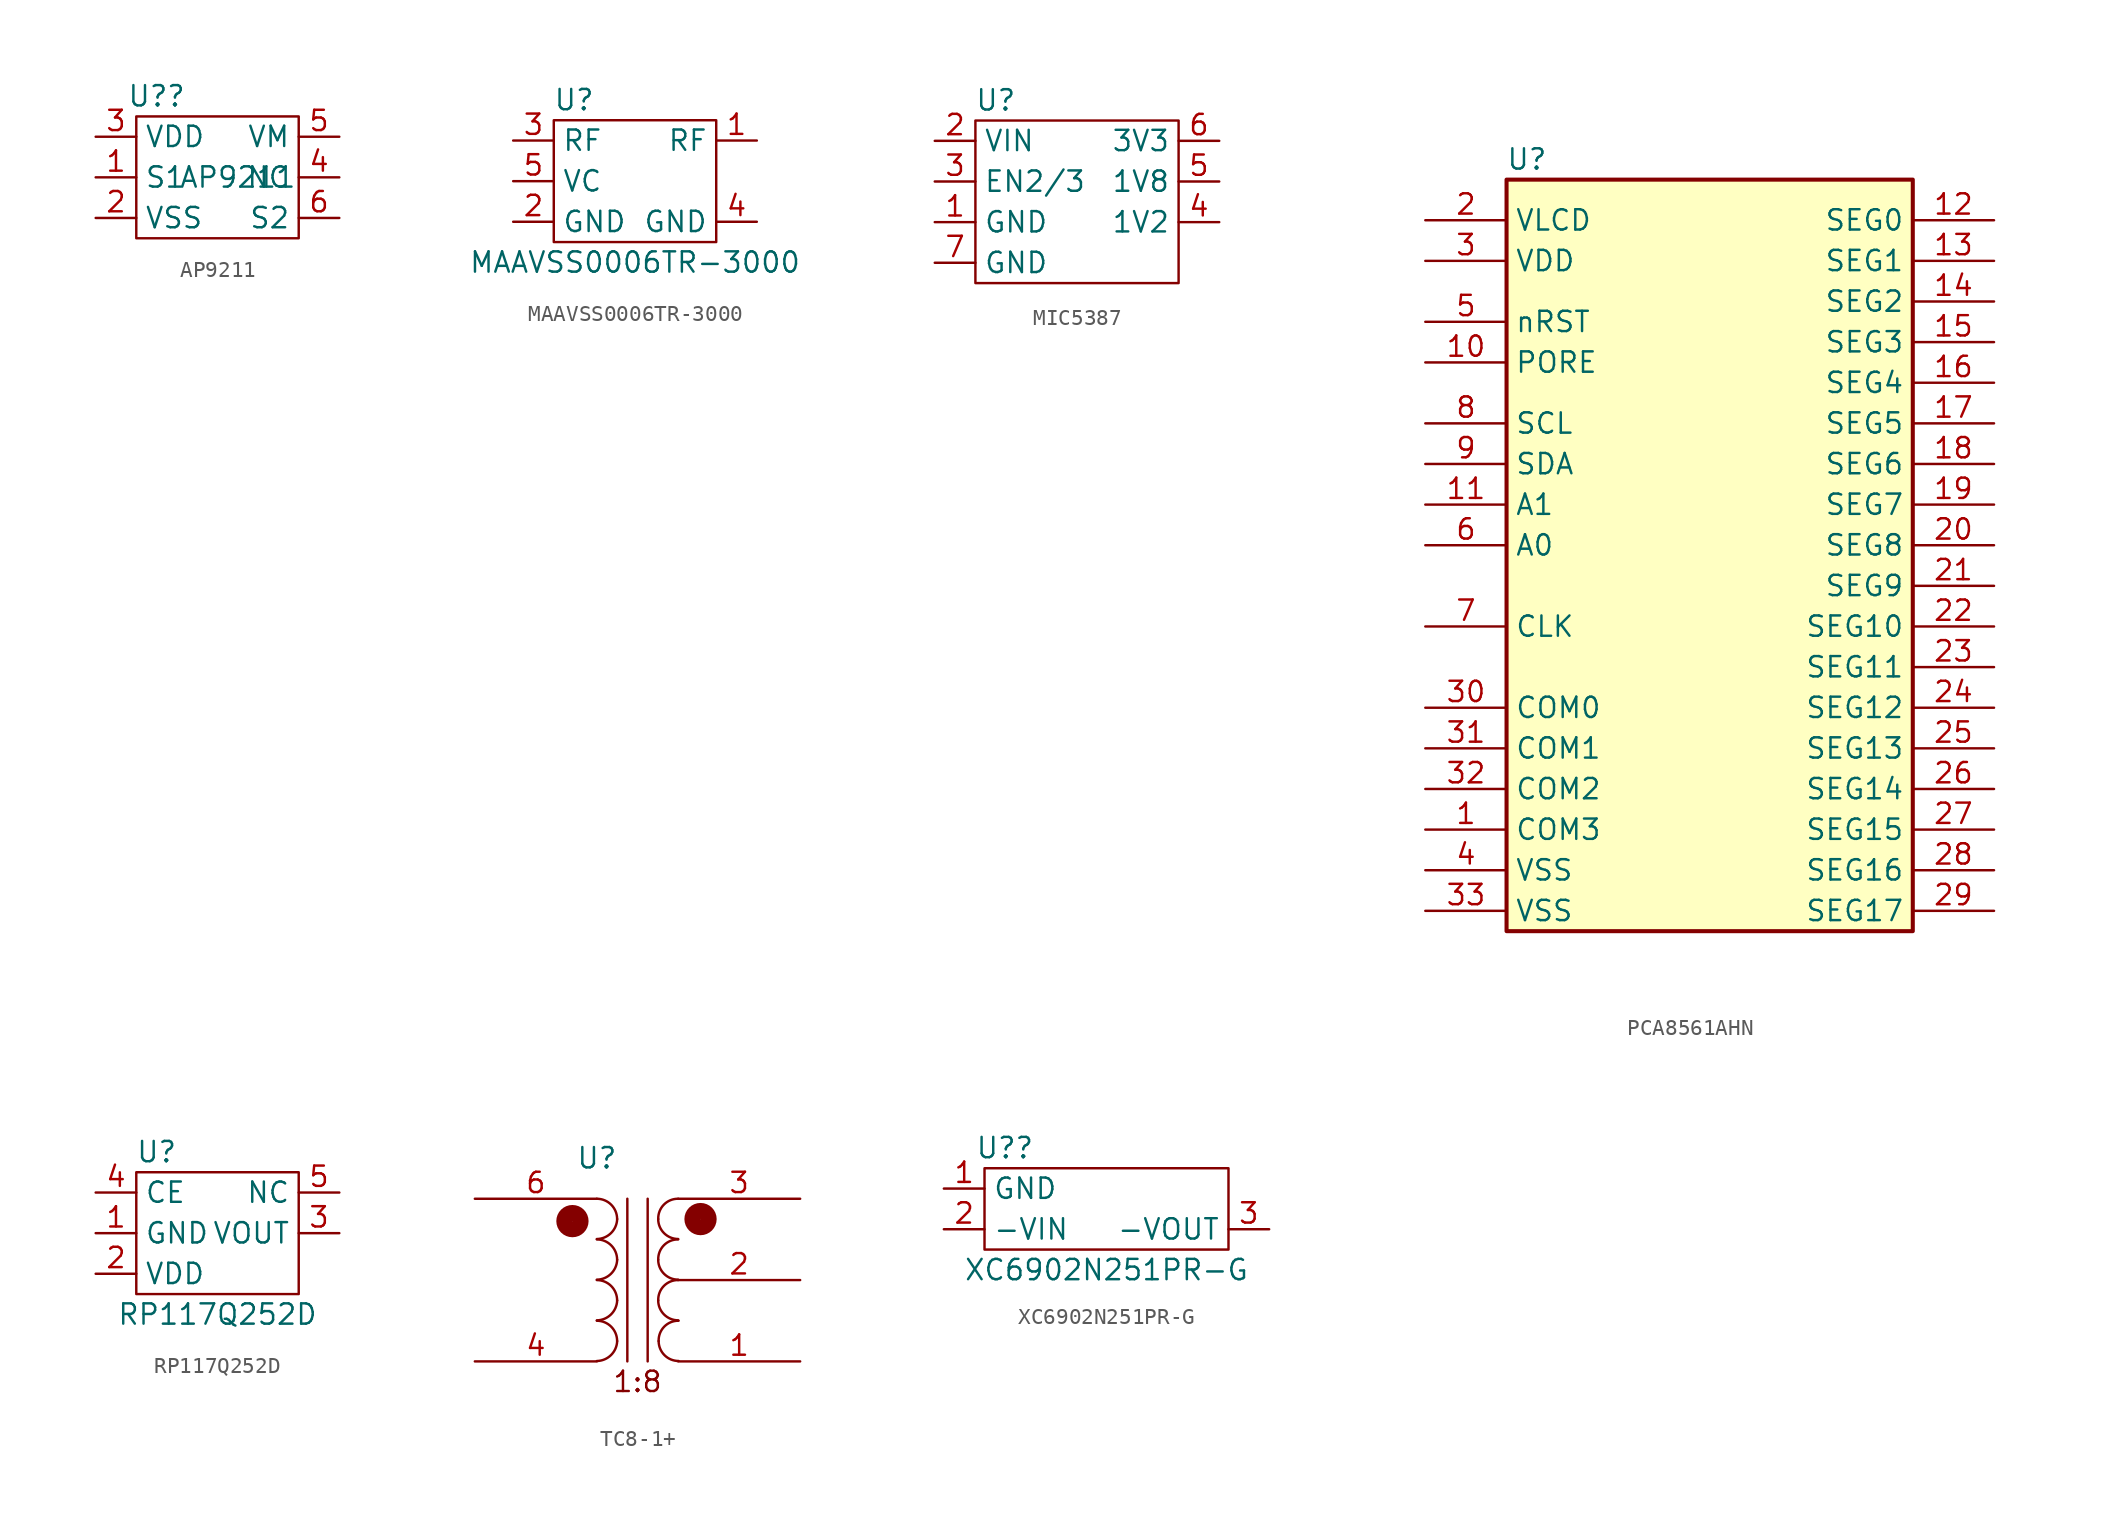
<source format=kicad_sym>
(kicad_symbol_lib
  (version 20220914)
  (generator kicad_symbol_editor)
  (symbol "AP9211"
    (property "Reference" "U?"
      (at -3.81 5.08 0)
      (effects (font (size 1.27 1.27))))
    (property "Value" "AP9211"
      (at 1.27 0 0)
      (effects (font (size 1.27 1.27))))
    (symbol "AP9211_0_1"
      (rectangle (start -5.08 3.81) (end 5.08 -3.81) (stroke (width 0) (type default)) (fill (type none))))
    (symbol "AP9211_1_1"
      (pin passive line (at -7.62 0 0) (length 2.54) (name "S1" (effects (font (size 1.27 1.27)))) (number "1" (effects (font (size 1.27 1.27)))))
      (pin passive line (at -7.62 -2.54 0) (length 2.54) (name "VSS" (effects (font (size 1.27 1.27)))) (number "2" (effects (font (size 1.27 1.27)))))
      (pin passive line (at -7.62 2.54 0) (length 2.54) (name "VDD" (effects (font (size 1.27 1.27)))) (number "3" (effects (font (size 1.27 1.27)))))
      (pin passive line (at 7.62 0 180) (length 2.54) (name "NC" (effects (font (size 1.27 1.27)))) (number "4" (effects (font (size 1.27 1.27)))))
      (pin passive line (at 7.62 2.54 180) (length 2.54) (name "VM" (effects (font (size 1.27 1.27)))) (number "5" (effects (font (size 1.27 1.27)))))
      (pin passive line (at 7.62 -2.54 180) (length 2.54) (name "S2" (effects (font (size 1.27 1.27)))) (number "6" (effects (font (size 1.27 1.27)))))))
  (symbol "MAAVSS0006TR-3000"
    (property "Reference" "U"
      (at -3.81 5.08 0)
      (effects (font (size 1.27 1.27))))
    (property "Value" "MAAVSS0006TR-3000"
      (at 0 -5.08 0)
      (effects (font (size 1.27 1.27))))
    (symbol "MAAVSS0006TR-3000_0_1"
      (rectangle (start -5.08 3.81) (end 5.08 -3.81) (stroke (width 0) (type default)) (fill (type none))))
    (symbol "MAAVSS0006TR-3000_1_1"
      (pin bidirectional line (at 7.62 2.54 180) (length 2.54) (name "RF" (effects (font (size 1.27 1.27)))) (number "1" (effects (font (size 1.27 1.27)))))
      (pin power_in line (at -7.62 -2.54 0) (length 2.54) (name "GND" (effects (font (size 1.27 1.27)))) (number "2" (effects (font (size 1.27 1.27)))))
      (pin bidirectional line (at -7.62 2.54 0) (length 2.54) (name "RF" (effects (font (size 1.27 1.27)))) (number "3" (effects (font (size 1.27 1.27)))))
      (pin power_in line (at 7.62 -2.54 180) (length 2.54) (name "GND" (effects (font (size 1.27 1.27)))) (number "4" (effects (font (size 1.27 1.27)))))
      (pin passive line (at -7.62 0 0) (length 2.54) (name "VC" (effects (font (size 1.27 1.27)))) (number "5" (effects (font (size 1.27 1.27)))))))
  (symbol "MIC5387"
    (property "Reference" "U"
      (at -5.08 5.08 0)
      (effects (font (size 1.27 1.27))))
    (property "Value" ""
      (at 0 0 0)
      (effects (font (size 1.27 1.27))))
    (symbol "MIC5387_0_1"
      (rectangle (start -6.35 3.81) (end 6.35 -6.35) (stroke (width 0) (type default)) (fill (type none))))
    (symbol "MIC5387_1_1"
      (pin unspecified line (at -8.89 -2.54 0) (length 2.54) (name "GND" (effects (font (size 1.27 1.27)))) (number "1" (effects (font (size 1.27 1.27)))))
      (pin unspecified line (at -8.89 2.54 0) (length 2.54) (name "VIN" (effects (font (size 1.27 1.27)))) (number "2" (effects (font (size 1.27 1.27)))))
      (pin unspecified line (at -8.89 0 0) (length 2.54) (name "EN2/3" (effects (font (size 1.27 1.27)))) (number "3" (effects (font (size 1.27 1.27)))))
      (pin unspecified line (at 8.89 -2.54 180) (length 2.54) (name "1V2" (effects (font (size 1.27 1.27)))) (number "4" (effects (font (size 1.27 1.27)))))
      (pin unspecified line (at 8.89 0 180) (length 2.54) (name "1V8" (effects (font (size 1.27 1.27)))) (number "5" (effects (font (size 1.27 1.27)))))
      (pin unspecified line (at 8.89 2.54 180) (length 2.54) (name "3V3" (effects (font (size 1.27 1.27)))) (number "6" (effects (font (size 1.27 1.27)))))
      (pin unspecified line (at -8.89 -5.08 0) (length 2.54) (name "GND" (effects (font (size 1.27 1.27)))) (number "7" (effects (font (size 1.27 1.27)))))))
  (symbol "PCA8561AHN"
    (property "Reference" "U"
      (at -12.7 26.67 0)
      (effects (font (size 1.27 1.27))))
    (property "Value" ""
      (at -21.59 -2.54 0)
      (effects (font (size 1.27 1.27))))
    (symbol "PCA8561AHN_0_1"
      (rectangle (start -13.97 25.4) (end 11.43 -21.59) (stroke (width 0.254) (type default)) (fill (type background))))
    (symbol "PCA8561AHN_1_1"
      (pin output line (at -19.05 -15.24 0) (length 5.08) (name "COM3" (effects (font (size 1.27 1.27)))) (number "1" (effects (font (size 1.27 1.27)))))
      (pin input line (at -19.05 13.97 0) (length 5.08) (name "PORE" (effects (font (size 1.27 1.27)))) (number "10" (effects (font (size 1.27 1.27)))))
      (pin input line (at -19.05 5.08 0) (length 5.08) (name "A1" (effects (font (size 1.27 1.27)))) (number "11" (effects (font (size 1.27 1.27)))))
      (pin output line (at 16.51 22.86 180) (length 5.08) (name "SEG0" (effects (font (size 1.27 1.27)))) (number "12" (effects (font (size 1.27 1.27)))))
      (pin output line (at 16.51 20.32 180) (length 5.08) (name "SEG1" (effects (font (size 1.27 1.27)))) (number "13" (effects (font (size 1.27 1.27)))))
      (pin output line (at 16.51 17.78 180) (length 5.08) (name "SEG2" (effects (font (size 1.27 1.27)))) (number "14" (effects (font (size 1.27 1.27)))))
      (pin output line (at 16.51 15.24 180) (length 5.08) (name "SEG3" (effects (font (size 1.27 1.27)))) (number "15" (effects (font (size 1.27 1.27)))))
      (pin output line (at 16.51 12.7 180) (length 5.08) (name "SEG4" (effects (font (size 1.27 1.27)))) (number "16" (effects (font (size 1.27 1.27)))))
      (pin output line (at 16.51 10.16 180) (length 5.08) (name "SEG5" (effects (font (size 1.27 1.27)))) (number "17" (effects (font (size 1.27 1.27)))))
      (pin output line (at 16.51 7.62 180) (length 5.08) (name "SEG6" (effects (font (size 1.27 1.27)))) (number "18" (effects (font (size 1.27 1.27)))))
      (pin output line (at 16.51 5.08 180) (length 5.08) (name "SEG7" (effects (font (size 1.27 1.27)))) (number "19" (effects (font (size 1.27 1.27)))))
      (pin power_in line (at -19.05 22.86 0) (length 5.08) (name "VLCD" (effects (font (size 1.27 1.27)))) (number "2" (effects (font (size 1.27 1.27)))))
      (pin output line (at 16.51 2.54 180) (length 5.08) (name "SEG8" (effects (font (size 1.27 1.27)))) (number "20" (effects (font (size 1.27 1.27)))))
      (pin output line (at 16.51 0 180) (length 5.08) (name "SEG9" (effects (font (size 1.27 1.27)))) (number "21" (effects (font (size 1.27 1.27)))))
      (pin output line (at 16.51 -2.54 180) (length 5.08) (name "SEG10" (effects (font (size 1.27 1.27)))) (number "22" (effects (font (size 1.27 1.27)))))
      (pin output line (at 16.51 -5.08 180) (length 5.08) (name "SEG11" (effects (font (size 1.27 1.27)))) (number "23" (effects (font (size 1.27 1.27)))))
      (pin output line (at 16.51 -7.62 180) (length 5.08) (name "SEG12" (effects (font (size 1.27 1.27)))) (number "24" (effects (font (size 1.27 1.27)))))
      (pin output line (at 16.51 -10.16 180) (length 5.08) (name "SEG13" (effects (font (size 1.27 1.27)))) (number "25" (effects (font (size 1.27 1.27)))))
      (pin output line (at 16.51 -12.7 180) (length 5.08) (name "SEG14" (effects (font (size 1.27 1.27)))) (number "26" (effects (font (size 1.27 1.27)))))
      (pin output line (at 16.51 -15.24 180) (length 5.08) (name "SEG15" (effects (font (size 1.27 1.27)))) (number "27" (effects (font (size 1.27 1.27)))))
      (pin output line (at 16.51 -17.78 180) (length 5.08) (name "SEG16" (effects (font (size 1.27 1.27)))) (number "28" (effects (font (size 1.27 1.27)))))
      (pin output line (at 16.51 -20.32 180) (length 5.08) (name "SEG17" (effects (font (size 1.27 1.27)))) (number "29" (effects (font (size 1.27 1.27)))))
      (pin power_in line (at -19.05 20.32 0) (length 5.08) (name "VDD" (effects (font (size 1.27 1.27)))) (number "3" (effects (font (size 1.27 1.27)))))
      (pin output line (at -19.05 -7.62 0) (length 5.08) (name "COM0" (effects (font (size 1.27 1.27)))) (number "30" (effects (font (size 1.27 1.27)))))
      (pin output line (at -19.05 -10.16 0) (length 5.08) (name "COM1" (effects (font (size 1.27 1.27)))) (number "31" (effects (font (size 1.27 1.27)))))
      (pin output line (at -19.05 -12.7 0) (length 5.08) (name "COM2" (effects (font (size 1.27 1.27)))) (number "32" (effects (font (size 1.27 1.27)))))
      (pin power_in line (at -19.05 -20.32 0) (length 5.08) (name "VSS" (effects (font (size 1.27 1.27)))) (number "33" (effects (font (size 1.27 1.27)))))
      (pin power_in line (at -19.05 -17.78 0) (length 5.08) (name "VSS" (effects (font (size 1.27 1.27)))) (number "4" (effects (font (size 1.27 1.27)))))
      (pin input line (at -19.05 16.51 0) (length 5.08) (name "nRST" (effects (font (size 1.27 1.27)))) (number "5" (effects (font (size 1.27 1.27)))))
      (pin input line (at -19.05 2.54 0) (length 5.08) (name "A0" (effects (font (size 1.27 1.27)))) (number "6" (effects (font (size 1.27 1.27)))))
      (pin output line (at -19.05 -2.54 0) (length 5.08) (name "CLK" (effects (font (size 1.27 1.27)))) (number "7" (effects (font (size 1.27 1.27)))))
      (pin input line (at -19.05 10.16 0) (length 5.08) (name "SCL" (effects (font (size 1.27 1.27)))) (number "8" (effects (font (size 1.27 1.27)))))
      (pin bidirectional line (at -19.05 7.62 0) (length 5.08) (name "SDA" (effects (font (size 1.27 1.27)))) (number "9" (effects (font (size 1.27 1.27)))))))
  (symbol "RP117Q252D"
    (property "Reference" "U"
      (at -3.81 5.08 0)
      (effects (font (size 1.27 1.27))))
    (property "Value" "RP117Q252D"
      (at 0 -5.08 0)
      (effects (font (size 1.27 1.27))))
    (symbol "RP117Q252D_0_1"
      (rectangle (start -5.08 3.81) (end 5.08 -3.81) (stroke (width 0) (type default)) (fill (type none))))
    (symbol "RP117Q252D_1_1"
      (pin passive line (at -7.62 0 0) (length 2.54) (name "GND" (effects (font (size 1.27 1.27)))) (number "1" (effects (font (size 1.27 1.27)))))
      (pin passive line (at -7.62 -2.54 0) (length 2.54) (name "VDD" (effects (font (size 1.27 1.27)))) (number "2" (effects (font (size 1.27 1.27)))))
      (pin passive line (at 7.62 0 180) (length 2.54) (name "VOUT" (effects (font (size 1.27 1.27)))) (number "3" (effects (font (size 1.27 1.27)))))
      (pin passive line (at -7.62 2.54 0) (length 2.54) (name "CE" (effects (font (size 1.27 1.27)))) (number "4" (effects (font (size 1.27 1.27)))))
      (pin passive line (at 7.62 2.54 180) (length 2.54) (name "NC" (effects (font (size 1.27 1.27)))) (number "5" (effects (font (size 1.27 1.27)))))))
  (symbol "TC8-1+"
    (property "Reference" "U"
      (at -2.54 7.62 0)
      (effects (font (size 1.27 1.27))))
    (property "Value" ""
      (at 10.16 6.35 0)
      (effects (font (size 1.27 1.27))))
    (symbol "TC8-1+_0_1"
      (arc (start -2.54 -5.0546) (mid -1.6599 -4.6901) (end -1.27 -3.81) (stroke (width 0) (type default)) (fill (type none)))
      (arc (start -2.54 -2.5146) (mid -1.6599 -2.1501) (end -1.27 -1.27) (stroke (width 0) (type default)) (fill (type none)))
      (arc (start -2.54 0.0254) (mid -1.6599 0.3899) (end -1.27 1.27) (stroke (width 0) (type default)) (fill (type none)))
      (arc (start -2.54 2.5654) (mid -1.6599 2.9299) (end -1.27 3.81) (stroke (width 0) (type default)) (fill (type none)))
      (arc (start -1.27 -3.81) (mid -1.642 -2.912) (end -2.54 -2.54) (stroke (width 0) (type default)) (fill (type none)))
      (arc (start -1.27 -1.27) (mid -1.642 -0.372) (end -2.54 0) (stroke (width 0) (type default)) (fill (type none)))
      (arc (start -1.27 1.27) (mid -1.642 2.168) (end -2.54 2.54) (stroke (width 0) (type default)) (fill (type none)))
      (arc (start -1.27 3.81) (mid -1.642 4.708) (end -2.54 5.08) (stroke (width 0) (type default)) (fill (type none)))
      (polyline (pts (xy -0.635 5.08) (xy -0.635 -5.08)) (stroke (width 0) (type default)) (fill (type none)))
      (polyline (pts (xy 0.635 -5.08) (xy 0.635 5.08)) (stroke (width 0) (type default)) (fill (type none)))
      (arc (start 1.2954 -1.27) (mid 1.6599 -2.1501) (end 2.54 -2.5146) (stroke (width 0) (type default)) (fill (type none)))
      (arc (start 1.2954 1.27) (mid 1.6599 0.3899) (end 2.54 0.0254) (stroke (width 0) (type default)) (fill (type none)))
      (arc (start 1.2954 3.81) (mid 1.6599 2.9299) (end 2.54 2.5654) (stroke (width 0) (type default)) (fill (type none)))
      (arc (start 1.3208 -3.81) (mid 1.6853 -4.6901) (end 2.5654 -5.0546) (stroke (width 0) (type default)) (fill (type none)))
      (arc (start 2.54 0) (mid 1.642 -0.372) (end 1.2954 -1.27) (stroke (width 0) (type default)) (fill (type none)))
      (arc (start 2.54 2.54) (mid 1.642 2.168) (end 1.2954 1.27) (stroke (width 0) (type default)) (fill (type none)))
      (arc (start 2.54 5.08) (mid 1.642 4.708) (end 1.2954 3.81) (stroke (width 0) (type default)) (fill (type none)))
      (arc (start 2.5654 -2.54) (mid 1.6674 -2.912) (end 1.3208 -3.81) (stroke (width 0) (type default)) (fill (type none))))
    (symbol "TC8-1+_1_1"
      (circle (center -4.064 3.683) (radius 0.508) (stroke (width 1) (type default)) (fill (type none)))
      (circle (center 3.937 3.81) (radius 0.508) (stroke (width 1) (type default)) (fill (type none)))
      (text "1:8" (at 0 -6.35 0) (effects (font (size 1.27 1.27))))
      (pin passive line (at 10.16 -5.08 180) (length 7.62) (name "" (effects (font (size 1.27 1.27)))) (number "1" (effects (font (size 1.27 1.27)))))
      (pin passive line (at 10.16 0 180) (length 7.62) (name "" (effects (font (size 1.27 1.27)))) (number "2" (effects (font (size 1.27 1.27)))))
      (pin passive line (at 10.16 5.08 180) (length 7.62) (name "" (effects (font (size 1.27 1.27)))) (number "3" (effects (font (size 1.27 1.27)))))
      (pin passive line (at -10.16 -5.08 0) (length 7.62) (name "" (effects (font (size 1.27 1.27)))) (number "4" (effects (font (size 1.27 1.27)))))
      (pin passive line (at -10.16 5.08 0) (length 7.62) (name "" (effects (font (size 1.27 1.27)))) (number "6" (effects (font (size 1.27 1.27)))))))
  (symbol "XC6902N251PR-G"
    (property "Reference" "U?"
      (at -6.35 3.81 0)
      (effects (font (size 1.27 1.27))))
    (property "Value" "XC6902N251PR-G"
      (at 0 -3.81 0)
      (effects (font (size 1.27 1.27))))
    (symbol "XC6902N251PR-G_0_1"
      (rectangle (start -7.62 2.54) (end 7.62 -2.54) (stroke (width 0) (type default)) (fill (type none))))
    (symbol "XC6902N251PR-G_1_1"
      (pin input line (at -10.16 1.27 0) (length 2.54) (name "GND" (effects (font (size 1.27 1.27)))) (number "1" (effects (font (size 1.27 1.27)))))
      (pin input line (at -10.16 -1.27 0) (length 2.54) (name "-VIN" (effects (font (size 1.27 1.27)))) (number "2" (effects (font (size 1.27 1.27)))))
      (pin input line (at 10.16 -1.27 180) (length 2.54) (name "-VOUT" (effects (font (size 1.27 1.27)))) (number "3" (effects (font (size 1.27 1.27))))))))
</source>
